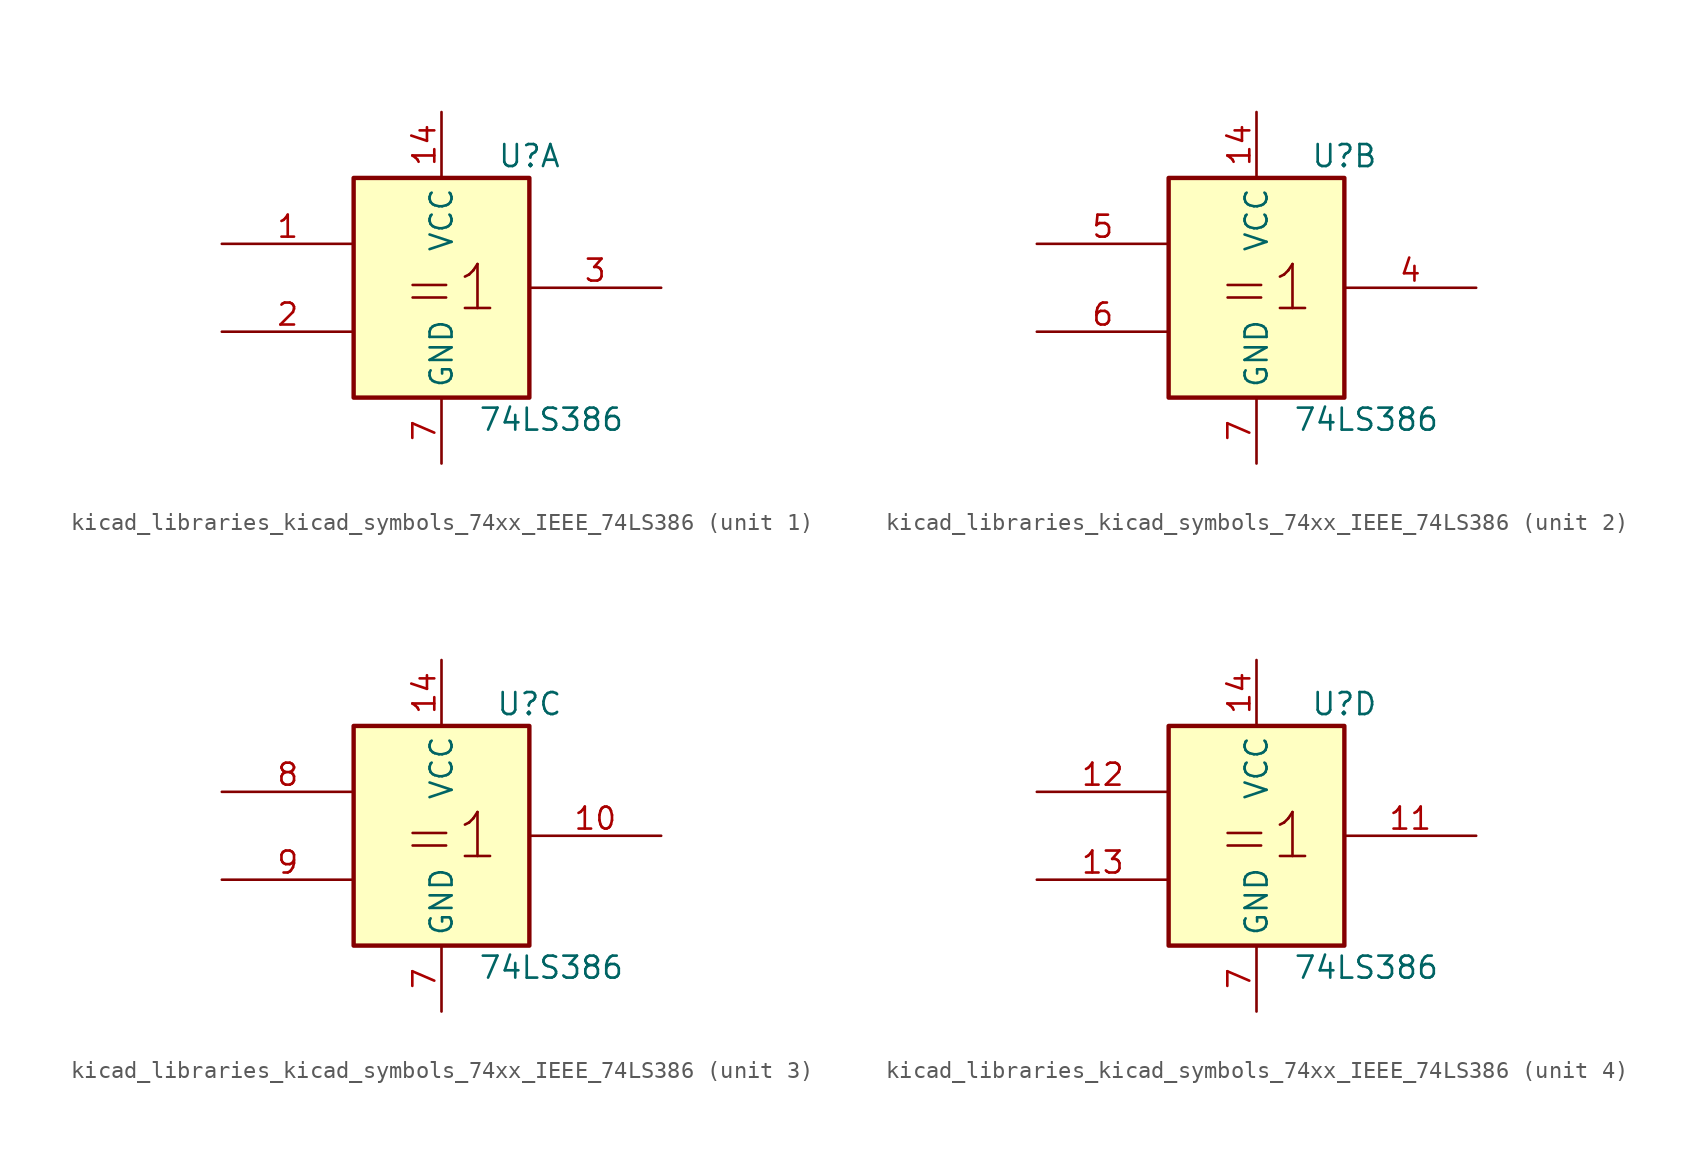
<source format=kicad_sym>
(kicad_symbol_lib
  (version 20220914)
  (generator kicad_symbol_editor)
  (symbol "kicad_libraries_kicad_symbols_74xx_IEEE_74LS386"
    (property "Reference" "U"
      (at 5.08 7.62 0)
      (effects (font (size 1.27 1.27))))
    (property "Value" "74LS386"
      (at 6.35 -7.62 0)
      (effects (font (size 1.27 1.27))))
    (symbol "kicad_libraries_kicad_symbols_74xx_IEEE_74LS386_0_1"
      (rectangle (start -5.08 6.35) (end 5.08 -6.35) (stroke (width 0.254) (type default)) (fill (type background)))
      (text "=1" (at 0.508 0 0) (effects (font (size 2.54 2.54))))
      (pin power_in line (at 0 10.16 270) (length 3.81) (name "VCC" (effects (font (size 1.27 1.27)))) (number "14" (effects (font (size 1.27 1.27)))))
      (pin power_in line (at 0 -10.16 90) (length 3.81) (name "GND" (effects (font (size 1.27 1.27)))) (number "7" (effects (font (size 1.27 1.27))))))
    (symbol "kicad_libraries_kicad_symbols_74xx_IEEE_74LS386_1_1"
      (pin input line (at -12.7 2.54 0) (length 7.62) (name "~" (effects (font (size 1.27 1.27)))) (number "1" (effects (font (size 1.27 1.27)))))
      (pin input line (at -12.7 -2.54 0) (length 7.62) (name "~" (effects (font (size 1.27 1.27)))) (number "2" (effects (font (size 1.27 1.27)))))
      (pin output line (at 12.7 0 180) (length 7.62) (name "~" (effects (font (size 1.27 1.27)))) (number "3" (effects (font (size 1.27 1.27))))))
    (symbol "kicad_libraries_kicad_symbols_74xx_IEEE_74LS386_2_1"
      (pin output line (at 12.7 0 180) (length 7.62) (name "~" (effects (font (size 1.27 1.27)))) (number "4" (effects (font (size 1.27 1.27)))))
      (pin input line (at -12.7 2.54 0) (length 7.62) (name "~" (effects (font (size 1.27 1.27)))) (number "5" (effects (font (size 1.27 1.27)))))
      (pin input line (at -12.7 -2.54 0) (length 7.62) (name "~" (effects (font (size 1.27 1.27)))) (number "6" (effects (font (size 1.27 1.27))))))
    (symbol "kicad_libraries_kicad_symbols_74xx_IEEE_74LS386_3_1"
      (pin output line (at 12.7 0 180) (length 7.62) (name "~" (effects (font (size 1.27 1.27)))) (number "10" (effects (font (size 1.27 1.27)))))
      (pin input line (at -12.7 2.54 0) (length 7.62) (name "~" (effects (font (size 1.27 1.27)))) (number "8" (effects (font (size 1.27 1.27)))))
      (pin input line (at -12.7 -2.54 0) (length 7.62) (name "~" (effects (font (size 1.27 1.27)))) (number "9" (effects (font (size 1.27 1.27))))))
    (symbol "kicad_libraries_kicad_symbols_74xx_IEEE_74LS386_4_1"
      (pin output line (at 12.7 0 180) (length 7.62) (name "~" (effects (font (size 1.27 1.27)))) (number "11" (effects (font (size 1.27 1.27)))))
      (pin input line (at -12.7 2.54 0) (length 7.62) (name "~" (effects (font (size 1.27 1.27)))) (number "12" (effects (font (size 1.27 1.27)))))
      (pin input line (at -12.7 -2.54 0) (length 7.62) (name "~" (effects (font (size 1.27 1.27)))) (number "13" (effects (font (size 1.27 1.27))))))))
</source>
